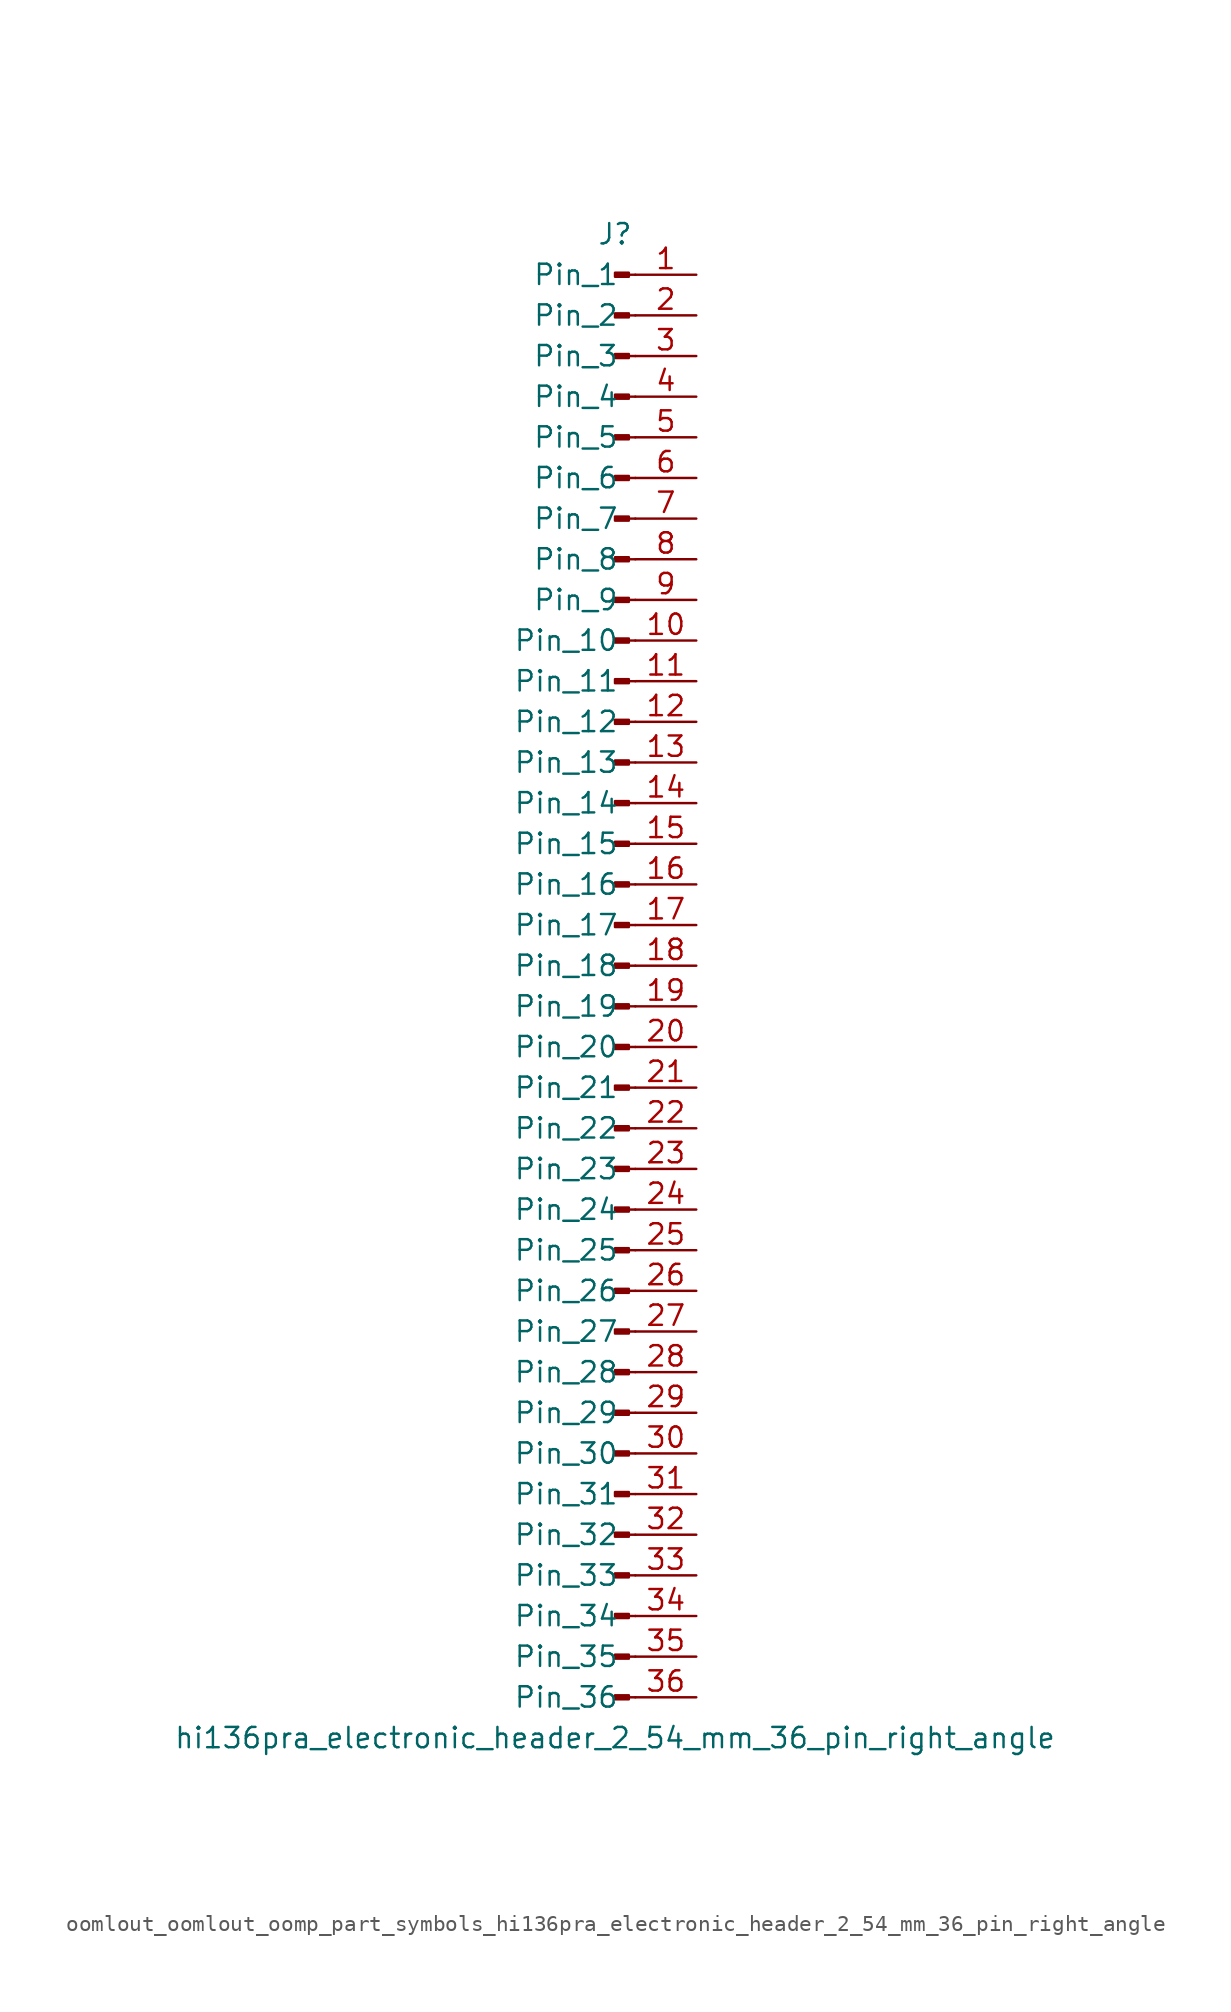
<source format=kicad_sym>
(kicad_symbol_lib
  (version 20220914)
  (generator kicad_symbol_editor)
  (symbol "oomlout_oomlout_oomp_part_symbols_hi136pra_electronic_header_2_54_mm_36_pin_right_angle"
    (pin_names
      (offset 1.016))
    (property "Reference" "J"
      (at 0 45.72 0)
      (effects (font (size 1.27 1.27))))
    (property "Value" "hi136pra_electronic_header_2_54_mm_36_pin_right_angle"
      (at 0 -48.26 0)
      (effects (font (size 1.27 1.27))))
    (property "ki_locked" ""
      (at 0 0 0)
      (effects (font (size 1.27 1.27))))
    (symbol "oomlout_oomlout_oomp_part_symbols_hi136pra_electronic_header_2_54_mm_36_pin_right_angle_1_1"
      (polyline (pts (xy 1.27 -45.72) (xy 0.864 -45.72)) (stroke (width 0.152) (type default)) (fill (type none)))
      (polyline (pts (xy 1.27 -43.18) (xy 0.864 -43.18)) (stroke (width 0.152) (type default)) (fill (type none)))
      (polyline (pts (xy 1.27 -40.64) (xy 0.864 -40.64)) (stroke (width 0.152) (type default)) (fill (type none)))
      (polyline (pts (xy 1.27 -38.1) (xy 0.864 -38.1)) (stroke (width 0.152) (type default)) (fill (type none)))
      (polyline (pts (xy 1.27 -35.56) (xy 0.864 -35.56)) (stroke (width 0.152) (type default)) (fill (type none)))
      (polyline (pts (xy 1.27 -33.02) (xy 0.864 -33.02)) (stroke (width 0.152) (type default)) (fill (type none)))
      (polyline (pts (xy 1.27 -30.48) (xy 0.864 -30.48)) (stroke (width 0.152) (type default)) (fill (type none)))
      (polyline (pts (xy 1.27 -27.94) (xy 0.864 -27.94)) (stroke (width 0.152) (type default)) (fill (type none)))
      (polyline (pts (xy 1.27 -25.4) (xy 0.864 -25.4)) (stroke (width 0.152) (type default)) (fill (type none)))
      (polyline (pts (xy 1.27 -22.86) (xy 0.864 -22.86)) (stroke (width 0.152) (type default)) (fill (type none)))
      (polyline (pts (xy 1.27 -20.32) (xy 0.864 -20.32)) (stroke (width 0.152) (type default)) (fill (type none)))
      (polyline (pts (xy 1.27 -17.78) (xy 0.864 -17.78)) (stroke (width 0.152) (type default)) (fill (type none)))
      (polyline (pts (xy 1.27 -15.24) (xy 0.864 -15.24)) (stroke (width 0.152) (type default)) (fill (type none)))
      (polyline (pts (xy 1.27 -12.7) (xy 0.864 -12.7)) (stroke (width 0.152) (type default)) (fill (type none)))
      (polyline (pts (xy 1.27 -10.16) (xy 0.864 -10.16)) (stroke (width 0.152) (type default)) (fill (type none)))
      (polyline (pts (xy 1.27 -7.62) (xy 0.864 -7.62)) (stroke (width 0.152) (type default)) (fill (type none)))
      (polyline (pts (xy 1.27 -5.08) (xy 0.864 -5.08)) (stroke (width 0.152) (type default)) (fill (type none)))
      (polyline (pts (xy 1.27 -2.54) (xy 0.864 -2.54)) (stroke (width 0.152) (type default)) (fill (type none)))
      (polyline (pts (xy 1.27 0) (xy 0.864 0)) (stroke (width 0.152) (type default)) (fill (type none)))
      (polyline (pts (xy 1.27 2.54) (xy 0.864 2.54)) (stroke (width 0.152) (type default)) (fill (type none)))
      (polyline (pts (xy 1.27 5.08) (xy 0.864 5.08)) (stroke (width 0.152) (type default)) (fill (type none)))
      (polyline (pts (xy 1.27 7.62) (xy 0.864 7.62)) (stroke (width 0.152) (type default)) (fill (type none)))
      (polyline (pts (xy 1.27 10.16) (xy 0.864 10.16)) (stroke (width 0.152) (type default)) (fill (type none)))
      (polyline (pts (xy 1.27 12.7) (xy 0.864 12.7)) (stroke (width 0.152) (type default)) (fill (type none)))
      (polyline (pts (xy 1.27 15.24) (xy 0.864 15.24)) (stroke (width 0.152) (type default)) (fill (type none)))
      (polyline (pts (xy 1.27 17.78) (xy 0.864 17.78)) (stroke (width 0.152) (type default)) (fill (type none)))
      (polyline (pts (xy 1.27 20.32) (xy 0.864 20.32)) (stroke (width 0.152) (type default)) (fill (type none)))
      (polyline (pts (xy 1.27 22.86) (xy 0.864 22.86)) (stroke (width 0.152) (type default)) (fill (type none)))
      (polyline (pts (xy 1.27 25.4) (xy 0.864 25.4)) (stroke (width 0.152) (type default)) (fill (type none)))
      (polyline (pts (xy 1.27 27.94) (xy 0.864 27.94)) (stroke (width 0.152) (type default)) (fill (type none)))
      (polyline (pts (xy 1.27 30.48) (xy 0.864 30.48)) (stroke (width 0.152) (type default)) (fill (type none)))
      (polyline (pts (xy 1.27 33.02) (xy 0.864 33.02)) (stroke (width 0.152) (type default)) (fill (type none)))
      (polyline (pts (xy 1.27 35.56) (xy 0.864 35.56)) (stroke (width 0.152) (type default)) (fill (type none)))
      (polyline (pts (xy 1.27 38.1) (xy 0.864 38.1)) (stroke (width 0.152) (type default)) (fill (type none)))
      (polyline (pts (xy 1.27 40.64) (xy 0.864 40.64)) (stroke (width 0.152) (type default)) (fill (type none)))
      (polyline (pts (xy 1.27 43.18) (xy 0.864 43.18)) (stroke (width 0.152) (type default)) (fill (type none)))
      (rectangle (start 0.864 -45.593) (end 0 -45.847) (stroke (width 0.152) (type default)) (fill (type outline)))
      (rectangle (start 0.864 -43.053) (end 0 -43.307) (stroke (width 0.152) (type default)) (fill (type outline)))
      (rectangle (start 0.864 -40.513) (end 0 -40.767) (stroke (width 0.152) (type default)) (fill (type outline)))
      (rectangle (start 0.864 -37.973) (end 0 -38.227) (stroke (width 0.152) (type default)) (fill (type outline)))
      (rectangle (start 0.864 -35.433) (end 0 -35.687) (stroke (width 0.152) (type default)) (fill (type outline)))
      (rectangle (start 0.864 -32.893) (end 0 -33.147) (stroke (width 0.152) (type default)) (fill (type outline)))
      (rectangle (start 0.864 -30.353) (end 0 -30.607) (stroke (width 0.152) (type default)) (fill (type outline)))
      (rectangle (start 0.864 -27.813) (end 0 -28.067) (stroke (width 0.152) (type default)) (fill (type outline)))
      (rectangle (start 0.864 -25.273) (end 0 -25.527) (stroke (width 0.152) (type default)) (fill (type outline)))
      (rectangle (start 0.864 -22.733) (end 0 -22.987) (stroke (width 0.152) (type default)) (fill (type outline)))
      (rectangle (start 0.864 -20.193) (end 0 -20.447) (stroke (width 0.152) (type default)) (fill (type outline)))
      (rectangle (start 0.864 -17.653) (end 0 -17.907) (stroke (width 0.152) (type default)) (fill (type outline)))
      (rectangle (start 0.864 -15.113) (end 0 -15.367) (stroke (width 0.152) (type default)) (fill (type outline)))
      (rectangle (start 0.864 -12.573) (end 0 -12.827) (stroke (width 0.152) (type default)) (fill (type outline)))
      (rectangle (start 0.864 -10.033) (end 0 -10.287) (stroke (width 0.152) (type default)) (fill (type outline)))
      (rectangle (start 0.864 -7.493) (end 0 -7.747) (stroke (width 0.152) (type default)) (fill (type outline)))
      (rectangle (start 0.864 -4.953) (end 0 -5.207) (stroke (width 0.152) (type default)) (fill (type outline)))
      (rectangle (start 0.864 -2.413) (end 0 -2.667) (stroke (width 0.152) (type default)) (fill (type outline)))
      (rectangle (start 0.864 0.127) (end 0 -0.127) (stroke (width 0.152) (type default)) (fill (type outline)))
      (rectangle (start 0.864 2.667) (end 0 2.413) (stroke (width 0.152) (type default)) (fill (type outline)))
      (rectangle (start 0.864 5.207) (end 0 4.953) (stroke (width 0.152) (type default)) (fill (type outline)))
      (rectangle (start 0.864 7.747) (end 0 7.493) (stroke (width 0.152) (type default)) (fill (type outline)))
      (rectangle (start 0.864 10.287) (end 0 10.033) (stroke (width 0.152) (type default)) (fill (type outline)))
      (rectangle (start 0.864 12.827) (end 0 12.573) (stroke (width 0.152) (type default)) (fill (type outline)))
      (rectangle (start 0.864 15.367) (end 0 15.113) (stroke (width 0.152) (type default)) (fill (type outline)))
      (rectangle (start 0.864 17.907) (end 0 17.653) (stroke (width 0.152) (type default)) (fill (type outline)))
      (rectangle (start 0.864 20.447) (end 0 20.193) (stroke (width 0.152) (type default)) (fill (type outline)))
      (rectangle (start 0.864 22.987) (end 0 22.733) (stroke (width 0.152) (type default)) (fill (type outline)))
      (rectangle (start 0.864 25.527) (end 0 25.273) (stroke (width 0.152) (type default)) (fill (type outline)))
      (rectangle (start 0.864 28.067) (end 0 27.813) (stroke (width 0.152) (type default)) (fill (type outline)))
      (rectangle (start 0.864 30.607) (end 0 30.353) (stroke (width 0.152) (type default)) (fill (type outline)))
      (rectangle (start 0.864 33.147) (end 0 32.893) (stroke (width 0.152) (type default)) (fill (type outline)))
      (rectangle (start 0.864 35.687) (end 0 35.433) (stroke (width 0.152) (type default)) (fill (type outline)))
      (rectangle (start 0.864 38.227) (end 0 37.973) (stroke (width 0.152) (type default)) (fill (type outline)))
      (rectangle (start 0.864 40.767) (end 0 40.513) (stroke (width 0.152) (type default)) (fill (type outline)))
      (rectangle (start 0.864 43.307) (end 0 43.053) (stroke (width 0.152) (type default)) (fill (type outline)))
      (pin passive line (at 5.08 43.18 180) (length 3.81) (name "Pin_1" (effects (font (size 1.27 1.27)))) (number "1" (effects (font (size 1.27 1.27)))))
      (pin passive line (at 5.08 20.32 180) (length 3.81) (name "Pin_10" (effects (font (size 1.27 1.27)))) (number "10" (effects (font (size 1.27 1.27)))))
      (pin passive line (at 5.08 17.78 180) (length 3.81) (name "Pin_11" (effects (font (size 1.27 1.27)))) (number "11" (effects (font (size 1.27 1.27)))))
      (pin passive line (at 5.08 15.24 180) (length 3.81) (name "Pin_12" (effects (font (size 1.27 1.27)))) (number "12" (effects (font (size 1.27 1.27)))))
      (pin passive line (at 5.08 12.7 180) (length 3.81) (name "Pin_13" (effects (font (size 1.27 1.27)))) (number "13" (effects (font (size 1.27 1.27)))))
      (pin passive line (at 5.08 10.16 180) (length 3.81) (name "Pin_14" (effects (font (size 1.27 1.27)))) (number "14" (effects (font (size 1.27 1.27)))))
      (pin passive line (at 5.08 7.62 180) (length 3.81) (name "Pin_15" (effects (font (size 1.27 1.27)))) (number "15" (effects (font (size 1.27 1.27)))))
      (pin passive line (at 5.08 5.08 180) (length 3.81) (name "Pin_16" (effects (font (size 1.27 1.27)))) (number "16" (effects (font (size 1.27 1.27)))))
      (pin passive line (at 5.08 2.54 180) (length 3.81) (name "Pin_17" (effects (font (size 1.27 1.27)))) (number "17" (effects (font (size 1.27 1.27)))))
      (pin passive line (at 5.08 0 180) (length 3.81) (name "Pin_18" (effects (font (size 1.27 1.27)))) (number "18" (effects (font (size 1.27 1.27)))))
      (pin passive line (at 5.08 -2.54 180) (length 3.81) (name "Pin_19" (effects (font (size 1.27 1.27)))) (number "19" (effects (font (size 1.27 1.27)))))
      (pin passive line (at 5.08 40.64 180) (length 3.81) (name "Pin_2" (effects (font (size 1.27 1.27)))) (number "2" (effects (font (size 1.27 1.27)))))
      (pin passive line (at 5.08 -5.08 180) (length 3.81) (name "Pin_20" (effects (font (size 1.27 1.27)))) (number "20" (effects (font (size 1.27 1.27)))))
      (pin passive line (at 5.08 -7.62 180) (length 3.81) (name "Pin_21" (effects (font (size 1.27 1.27)))) (number "21" (effects (font (size 1.27 1.27)))))
      (pin passive line (at 5.08 -10.16 180) (length 3.81) (name "Pin_22" (effects (font (size 1.27 1.27)))) (number "22" (effects (font (size 1.27 1.27)))))
      (pin passive line (at 5.08 -12.7 180) (length 3.81) (name "Pin_23" (effects (font (size 1.27 1.27)))) (number "23" (effects (font (size 1.27 1.27)))))
      (pin passive line (at 5.08 -15.24 180) (length 3.81) (name "Pin_24" (effects (font (size 1.27 1.27)))) (number "24" (effects (font (size 1.27 1.27)))))
      (pin passive line (at 5.08 -17.78 180) (length 3.81) (name "Pin_25" (effects (font (size 1.27 1.27)))) (number "25" (effects (font (size 1.27 1.27)))))
      (pin passive line (at 5.08 -20.32 180) (length 3.81) (name "Pin_26" (effects (font (size 1.27 1.27)))) (number "26" (effects (font (size 1.27 1.27)))))
      (pin passive line (at 5.08 -22.86 180) (length 3.81) (name "Pin_27" (effects (font (size 1.27 1.27)))) (number "27" (effects (font (size 1.27 1.27)))))
      (pin passive line (at 5.08 -25.4 180) (length 3.81) (name "Pin_28" (effects (font (size 1.27 1.27)))) (number "28" (effects (font (size 1.27 1.27)))))
      (pin passive line (at 5.08 -27.94 180) (length 3.81) (name "Pin_29" (effects (font (size 1.27 1.27)))) (number "29" (effects (font (size 1.27 1.27)))))
      (pin passive line (at 5.08 38.1 180) (length 3.81) (name "Pin_3" (effects (font (size 1.27 1.27)))) (number "3" (effects (font (size 1.27 1.27)))))
      (pin passive line (at 5.08 -30.48 180) (length 3.81) (name "Pin_30" (effects (font (size 1.27 1.27)))) (number "30" (effects (font (size 1.27 1.27)))))
      (pin passive line (at 5.08 -33.02 180) (length 3.81) (name "Pin_31" (effects (font (size 1.27 1.27)))) (number "31" (effects (font (size 1.27 1.27)))))
      (pin passive line (at 5.08 -35.56 180) (length 3.81) (name "Pin_32" (effects (font (size 1.27 1.27)))) (number "32" (effects (font (size 1.27 1.27)))))
      (pin passive line (at 5.08 -38.1 180) (length 3.81) (name "Pin_33" (effects (font (size 1.27 1.27)))) (number "33" (effects (font (size 1.27 1.27)))))
      (pin passive line (at 5.08 -40.64 180) (length 3.81) (name "Pin_34" (effects (font (size 1.27 1.27)))) (number "34" (effects (font (size 1.27 1.27)))))
      (pin passive line (at 5.08 -43.18 180) (length 3.81) (name "Pin_35" (effects (font (size 1.27 1.27)))) (number "35" (effects (font (size 1.27 1.27)))))
      (pin passive line (at 5.08 -45.72 180) (length 3.81) (name "Pin_36" (effects (font (size 1.27 1.27)))) (number "36" (effects (font (size 1.27 1.27)))))
      (pin passive line (at 5.08 35.56 180) (length 3.81) (name "Pin_4" (effects (font (size 1.27 1.27)))) (number "4" (effects (font (size 1.27 1.27)))))
      (pin passive line (at 5.08 33.02 180) (length 3.81) (name "Pin_5" (effects (font (size 1.27 1.27)))) (number "5" (effects (font (size 1.27 1.27)))))
      (pin passive line (at 5.08 30.48 180) (length 3.81) (name "Pin_6" (effects (font (size 1.27 1.27)))) (number "6" (effects (font (size 1.27 1.27)))))
      (pin passive line (at 5.08 27.94 180) (length 3.81) (name "Pin_7" (effects (font (size 1.27 1.27)))) (number "7" (effects (font (size 1.27 1.27)))))
      (pin passive line (at 5.08 25.4 180) (length 3.81) (name "Pin_8" (effects (font (size 1.27 1.27)))) (number "8" (effects (font (size 1.27 1.27)))))
      (pin passive line (at 5.08 22.86 180) (length 3.81) (name "Pin_9" (effects (font (size 1.27 1.27)))) (number "9" (effects (font (size 1.27 1.27))))))))
</source>
